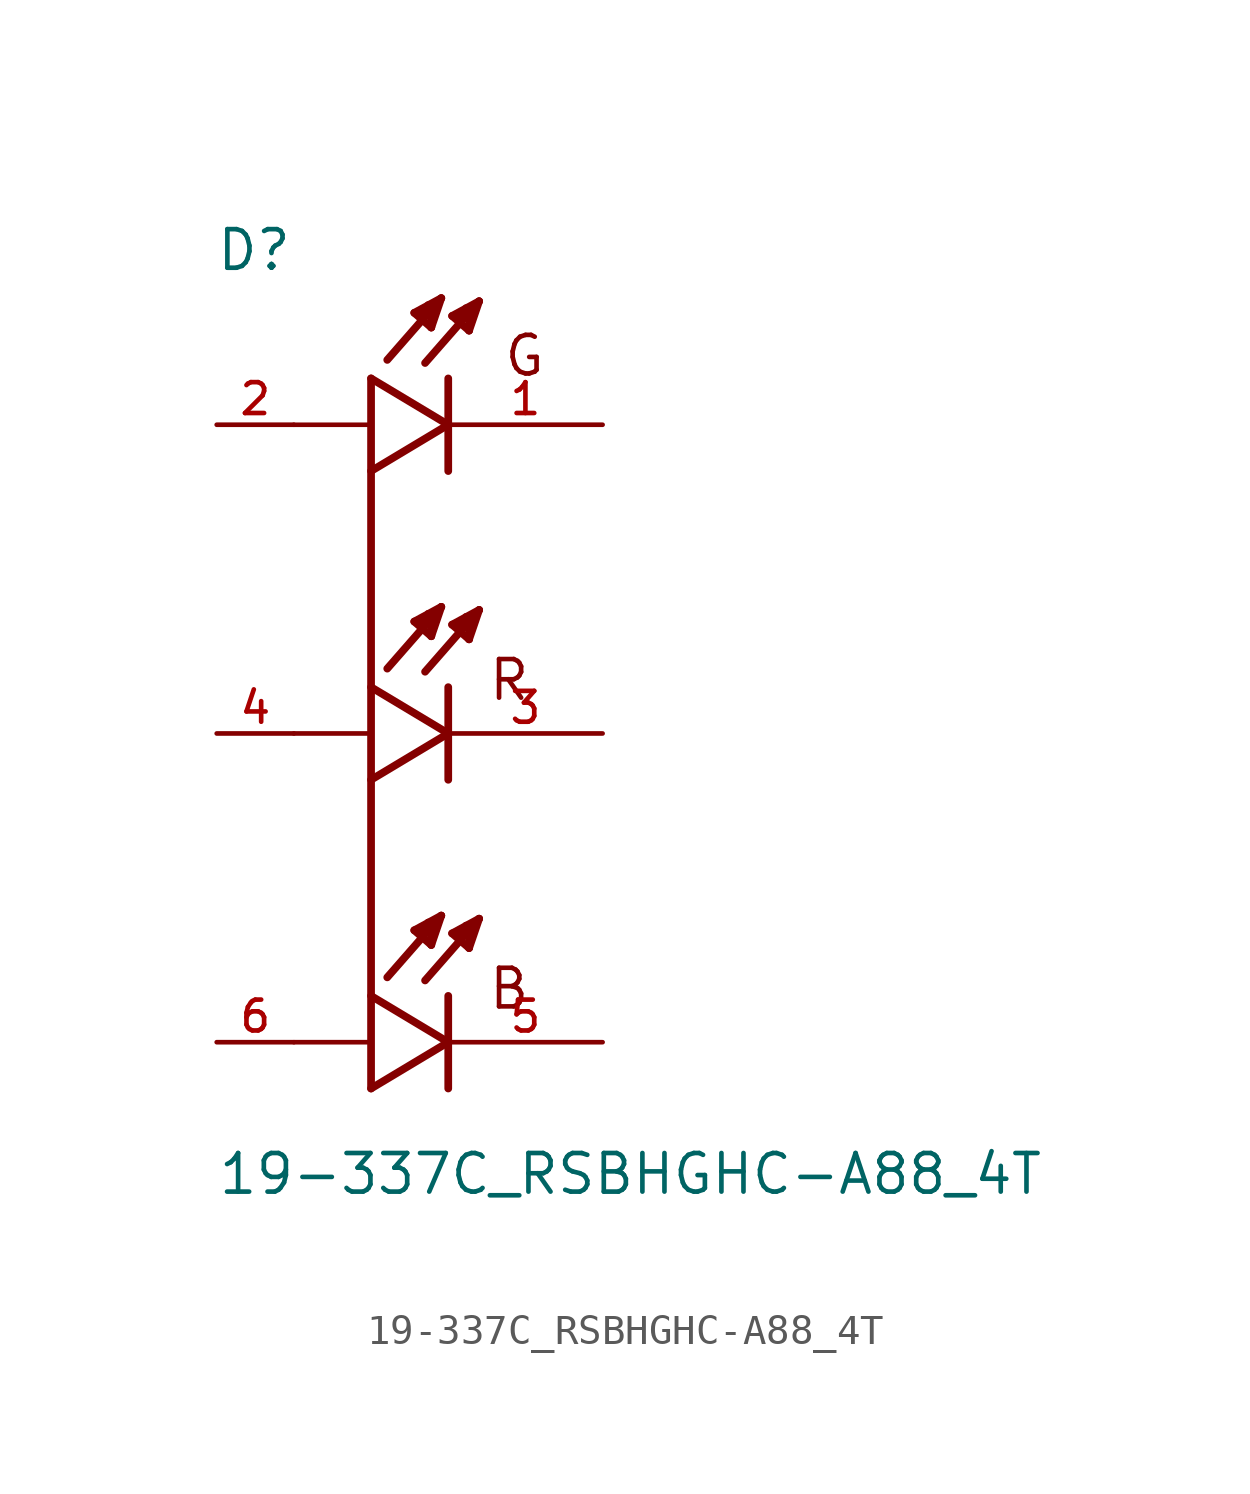
<source format=kicad_sym>
(kicad_symbol_lib
  (version 20211014)
  (generator kicad_symbol_editor)
  (symbol "19-337C_RSBHGHC-A88_4T"
    (pin_names
      (offset 1.016))
    (property "Reference" "D"
      (at -7.671 15.164 0)
      (effects (font (size 1.27 1.27)) (justify bottom left)))
    (property "Value" "19-337C_RSBHGHC-A88_4T"
      (at -7.62 -15.24 0)
      (effects (font (size 1.27 1.27)) (justify bottom left)))
    (symbol "19-337C_RSBHGHC-A88_4T_0_0"
      (polyline (pts (xy -2.54 8.636) (xy 0.0 10.16)) (stroke (width 0.254)))
      (polyline (pts (xy 0.0 10.16) (xy -2.54 11.684)) (stroke (width 0.254)))
      (polyline (pts (xy 0.0 11.684) (xy 0.0 8.636)) (stroke (width 0.254)))
      (polyline (pts (xy -2.54 10.16) (xy -5.08 10.16)) (stroke (width 0.152)))
      (polyline (pts (xy 1.016 14.224) (xy -0.762 12.192)) (stroke (width 0.254)))
      (polyline (pts (xy 0.686 13.259) (xy 0.127 13.741)) (stroke (width 0.254)))
      (polyline (pts (xy 0.127 13.741) (xy 1.016 14.224)) (stroke (width 0.254)))
      (polyline (pts (xy 1.016 14.224) (xy 0.686 13.259)) (stroke (width 0.254)))
      (polyline (pts (xy 0.686 13.259) (xy 0.711 13.995)) (stroke (width 0.254)))
      (polyline (pts (xy 0.711 13.995) (xy 0.584 13.995)) (stroke (width 0.254)))
      (polyline (pts (xy 0.305 13.665) (xy 0.533 13.818)) (stroke (width 0.254)))
      (polyline (pts (xy -0.229 14.326) (xy -2.007 12.294)) (stroke (width 0.254)))
      (polyline (pts (xy -0.559 13.36) (xy -1.118 13.843)) (stroke (width 0.254)))
      (polyline (pts (xy -1.118 13.843) (xy -0.229 14.326)) (stroke (width 0.254)))
      (polyline (pts (xy -0.229 14.326) (xy -0.559 13.36)) (stroke (width 0.254)))
      (polyline (pts (xy -0.559 13.36) (xy -0.533 14.097)) (stroke (width 0.254)))
      (polyline (pts (xy -0.533 14.097) (xy -0.66 14.097)) (stroke (width 0.254)))
      (polyline (pts (xy -0.94 13.767) (xy -0.711 13.919)) (stroke (width 0.254)))
      (polyline (pts (xy -2.54 -1.524) (xy 0.0 0.0)) (stroke (width 0.254)))
      (polyline (pts (xy 0.0 0.0) (xy -2.54 1.524)) (stroke (width 0.254)))
      (polyline (pts (xy 0.0 1.524) (xy 0.0 -1.524)) (stroke (width 0.254)))
      (polyline (pts (xy -2.54 0.0) (xy -5.08 0.0)) (stroke (width 0.152)))
      (polyline (pts (xy 1.016 4.064) (xy -0.762 2.032)) (stroke (width 0.254)))
      (polyline (pts (xy 0.686 3.099) (xy 0.127 3.581)) (stroke (width 0.254)))
      (polyline (pts (xy 0.127 3.581) (xy 1.016 4.064)) (stroke (width 0.254)))
      (polyline (pts (xy 1.016 4.064) (xy 0.686 3.099)) (stroke (width 0.254)))
      (polyline (pts (xy 0.686 3.099) (xy 0.711 3.835)) (stroke (width 0.254)))
      (polyline (pts (xy 0.711 3.835) (xy 0.584 3.835)) (stroke (width 0.254)))
      (polyline (pts (xy 0.305 3.505) (xy 0.533 3.658)) (stroke (width 0.254)))
      (polyline (pts (xy -0.229 4.166) (xy -2.007 2.134)) (stroke (width 0.254)))
      (polyline (pts (xy -0.559 3.2) (xy -1.118 3.683)) (stroke (width 0.254)))
      (polyline (pts (xy -1.118 3.683) (xy -0.229 4.166)) (stroke (width 0.254)))
      (polyline (pts (xy -0.229 4.166) (xy -0.559 3.2)) (stroke (width 0.254)))
      (polyline (pts (xy -0.559 3.2) (xy -0.533 3.937)) (stroke (width 0.254)))
      (polyline (pts (xy -0.533 3.937) (xy -0.66 3.937)) (stroke (width 0.254)))
      (polyline (pts (xy -0.94 3.607) (xy -0.711 3.759)) (stroke (width 0.254)))
      (polyline (pts (xy -2.54 -11.684) (xy 0.0 -10.16)) (stroke (width 0.254)))
      (polyline (pts (xy 0.0 -10.16) (xy -2.54 -8.636)) (stroke (width 0.254)))
      (polyline (pts (xy 0.0 -8.636) (xy 0.0 -11.684)) (stroke (width 0.254)))
      (polyline (pts (xy -2.54 -10.16) (xy -5.08 -10.16)) (stroke (width 0.152)))
      (polyline (pts (xy 1.016 -6.096) (xy -0.762 -8.128)) (stroke (width 0.254)))
      (polyline (pts (xy 0.686 -7.061) (xy 0.127 -6.579)) (stroke (width 0.254)))
      (polyline (pts (xy 0.127 -6.579) (xy 1.016 -6.096)) (stroke (width 0.254)))
      (polyline (pts (xy 1.016 -6.096) (xy 0.686 -7.061)) (stroke (width 0.254)))
      (polyline (pts (xy 0.686 -7.061) (xy 0.711 -6.325)) (stroke (width 0.254)))
      (polyline (pts (xy 0.711 -6.325) (xy 0.584 -6.325)) (stroke (width 0.254)))
      (polyline (pts (xy 0.305 -6.655) (xy 0.533 -6.502)) (stroke (width 0.254)))
      (polyline (pts (xy -0.229 -5.994) (xy -2.007 -8.026)) (stroke (width 0.254)))
      (polyline (pts (xy -0.559 -6.96) (xy -1.118 -6.477)) (stroke (width 0.254)))
      (polyline (pts (xy -1.118 -6.477) (xy -0.229 -5.994)) (stroke (width 0.254)))
      (polyline (pts (xy -0.229 -5.994) (xy -0.559 -6.96)) (stroke (width 0.254)))
      (polyline (pts (xy -0.559 -6.96) (xy -0.533 -6.223)) (stroke (width 0.254)))
      (polyline (pts (xy -0.533 -6.223) (xy -0.66 -6.223)) (stroke (width 0.254)))
      (polyline (pts (xy -0.94 -6.553) (xy -0.711 -6.401)) (stroke (width 0.254)))
      (text "G" (at 1.778 11.684 0) (effects (font (size 1.27 1.27)) (justify bottom left)))
      (text "R" (at 1.27 1.016 0) (effects (font (size 1.27 1.27)) (justify bottom left)))
      (text "B" (at 1.27 -9.144 0) (effects (font (size 1.27 1.27)) (justify bottom left)))
      (rectangle (start -2.54 -11.684) (end -2.54 11.684) (stroke (width 0.254)) (fill (type background)))
      (pin passive line (at 5.08 10.16 180.0) (length 5.08) (name "~" (effects (font (size 1.016 1.016)))) (number "1" (effects (font (size 1.016 1.016)))))
      (pin passive line (at -7.62 10.16 0) (length 2.54) (name "~" (effects (font (size 1.016 1.016)))) (number "2" (effects (font (size 1.016 1.016)))))
      (pin passive line (at 5.08 0.0 180.0) (length 5.08) (name "~" (effects (font (size 1.016 1.016)))) (number "3" (effects (font (size 1.016 1.016)))))
      (pin passive line (at -7.62 0.0 0) (length 2.54) (name "~" (effects (font (size 1.016 1.016)))) (number "4" (effects (font (size 1.016 1.016)))))
      (pin passive line (at 5.08 -10.16 180.0) (length 5.08) (name "~" (effects (font (size 1.016 1.016)))) (number "5" (effects (font (size 1.016 1.016)))))
      (pin passive line (at -7.62 -10.16 0) (length 2.54) (name "~" (effects (font (size 1.016 1.016)))) (number "6" (effects (font (size 1.016 1.016))))))))
</source>
